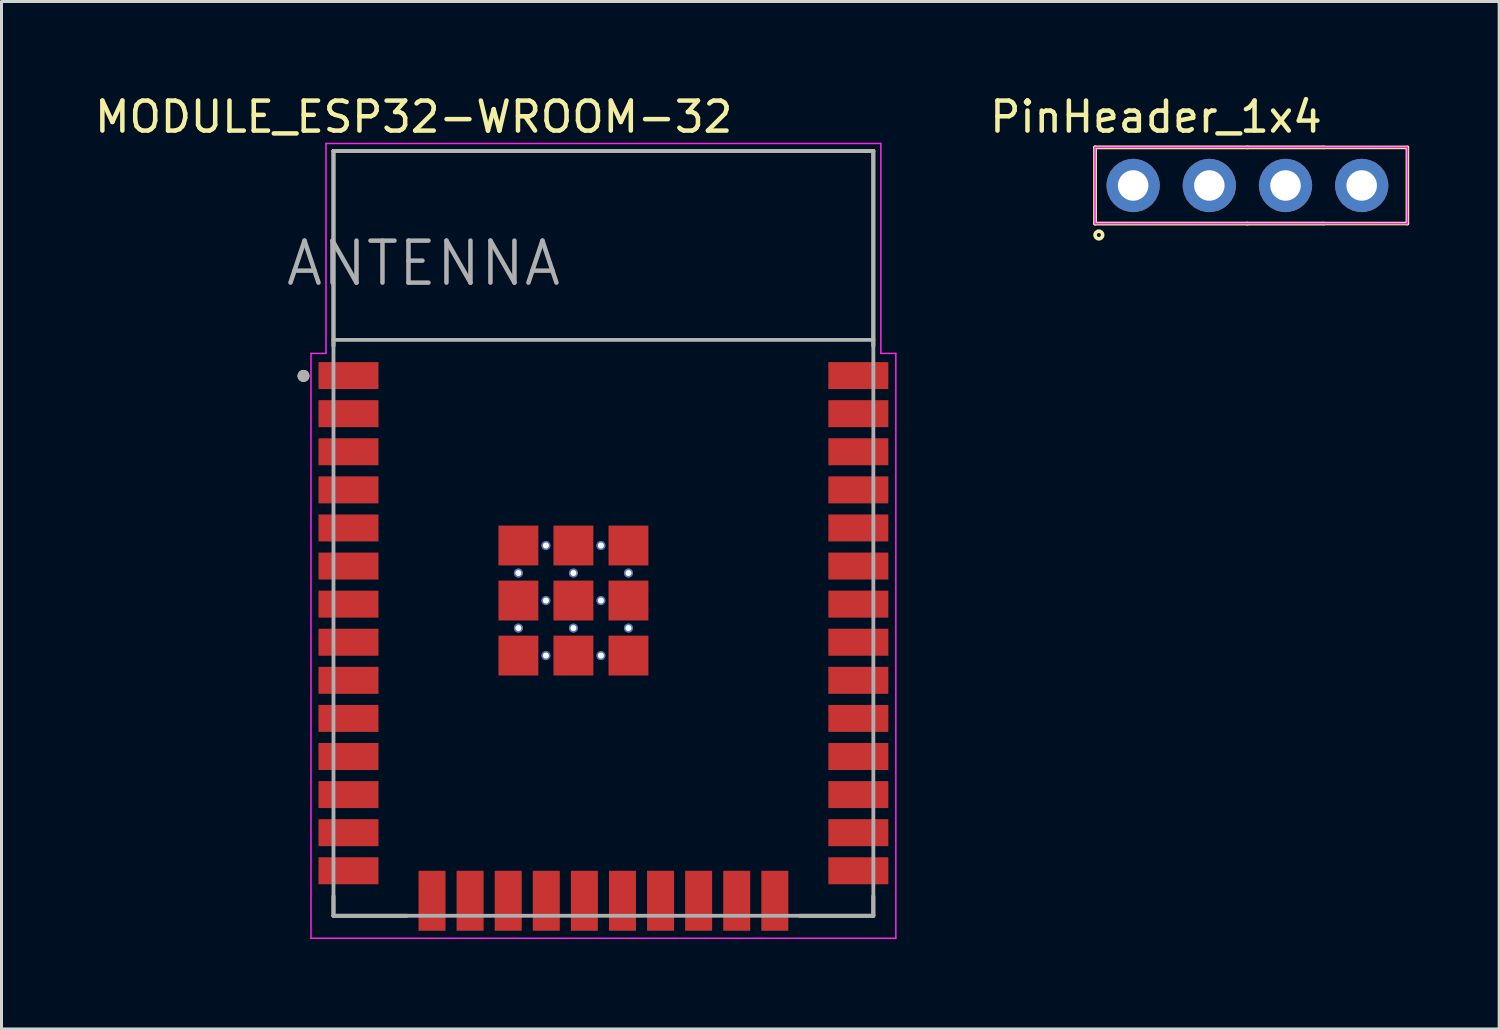
<source format=kicad_pcb>
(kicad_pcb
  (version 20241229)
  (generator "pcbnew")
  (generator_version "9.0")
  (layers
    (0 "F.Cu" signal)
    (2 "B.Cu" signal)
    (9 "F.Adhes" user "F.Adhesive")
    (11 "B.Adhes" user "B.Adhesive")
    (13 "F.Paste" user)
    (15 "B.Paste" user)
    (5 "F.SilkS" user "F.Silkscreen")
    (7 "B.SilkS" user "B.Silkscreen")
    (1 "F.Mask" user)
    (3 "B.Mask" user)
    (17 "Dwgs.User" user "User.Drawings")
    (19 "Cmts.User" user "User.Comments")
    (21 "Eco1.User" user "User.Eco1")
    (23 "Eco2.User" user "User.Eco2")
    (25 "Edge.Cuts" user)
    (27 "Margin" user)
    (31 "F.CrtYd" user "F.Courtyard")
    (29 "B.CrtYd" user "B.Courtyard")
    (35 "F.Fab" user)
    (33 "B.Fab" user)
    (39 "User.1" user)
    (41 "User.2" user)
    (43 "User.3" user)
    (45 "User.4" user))
  (footprint "PinHeader_1x4"
    (layer "F.Cu")
    (at 36.001 3.134)
    (property "Reference" "PinHeader_1x4" (at -0.508 -2.286 0) (layer "F.SilkS") (effects (font (size 1 1) (thickness 0.15))))
    (attr through_hole)
    (fp_line (start -2.54 -1.27) (end -2.54 1.27) (stroke (width 0.127) (type solid)) (layer "F.SilkS"))
    (fp_line (start -2.54 -1.27) (end 2.54 -1.27) (stroke (width 0.127) (type solid)) (layer "F.SilkS"))
    (fp_line (start -2.54 1.27) (end 2.54 1.27) (stroke (width 0.127) (type solid)) (layer "F.SilkS"))
    (fp_line (start 2.54 -1.27) (end 5.08 -1.27) (stroke (width 0.127) (type solid)) (layer "F.SilkS"))
    (fp_line (start 2.54 1.27) (end 5.08 1.27) (stroke (width 0.127) (type solid)) (layer "F.SilkS"))
    (fp_line (start 5.08 1.27) (end 7.874 1.27) (stroke (width 0.12) (type solid)) (layer "F.SilkS"))
    (fp_line (start 7.874 -1.27) (end 5.08 -1.27) (stroke (width 0.12) (type solid)) (layer "F.SilkS"))
    (fp_line (start 7.874 1.27) (end 7.874 -1.27) (stroke (width 0.12) (type solid)) (layer "F.SilkS"))
    (fp_circle (center -2.413 1.651) (end -2.286 1.651) (stroke (width 0.12) (type solid)) (fill no) (layer "F.SilkS"))
    (fp_line (start -2.54 -1.27) (end 2.54 -1.27) (stroke (width 0.05) (type solid)) (layer "F.CrtYd"))
    (fp_line (start -2.54 1.27) (end -2.54 -1.27) (stroke (width 0.05) (type solid)) (layer "F.CrtYd"))
    (fp_line (start 2.54 -1.27) (end 5.08 -1.27) (stroke (width 0.05) (type solid)) (layer "F.CrtYd"))
    (fp_line (start 2.54 1.27) (end -2.54 1.27) (stroke (width 0.05) (type solid)) (layer "F.CrtYd"))
    (fp_line (start 2.54 1.27) (end 5.08 1.27) (stroke (width 0.05) (type solid)) (layer "F.CrtYd"))
    (fp_line (start 5.08 -1.27) (end 7.874 -1.27) (stroke (width 0.05) (type solid)) (layer "F.CrtYd"))
    (fp_line (start 7.874 -1.27) (end 7.874 1.27) (stroke (width 0.05) (type solid)) (layer "F.CrtYd"))
    (fp_line (start 7.874 1.27) (end 5.08 1.27) (stroke (width 0.05) (type solid)) (layer "F.CrtYd"))
    (pad "1" thru_hole roundrect (at -1.27 0) (size 1.778 1.778) (drill 1.016) (layers "*.Cu" "*.Mask") (roundrect_rratio 0.5))
    (pad "2" thru_hole roundrect (at 1.27 0) (size 1.778 1.778) (drill 1.016) (layers "*.Cu" "*.Mask") (roundrect_rratio 0.5))
    (pad "3" thru_hole roundrect (at 3.81 0) (size 1.778 1.778) (drill 1.016) (layers "*.Cu" "*.Mask") (roundrect_rratio 0.5))
    (pad "4" thru_hole roundrect (at 6.35 0) (size 1.778 1.778) (drill 1.016) (layers "*.Cu" "*.Mask") (roundrect_rratio 0.5)))
  (footprint "MODULE_ESP32-WROOM-32"
    (layer "F.Cu")
    (at 17.069 14.733)
    (property "Reference" "MODULE_ESP32-WROOM-32" (at -6.325 -13.885 0) (layer "F.SilkS") (effects (font (size 1 1) (thickness 0.15))))
    (attr smd)
    (fp_line (start -9 -12.75) (end 9 -12.75) (stroke (width 0.127) (type solid)) (layer "F.SilkS"))
    (fp_line (start -9 -6.25) (end -9 -12.75) (stroke (width 0.127) (type solid)) (layer "F.SilkS"))
    (fp_line (start -9 12.1) (end -9 12.75) (stroke (width 0.127) (type solid)) (layer "F.SilkS"))
    (fp_line (start -9 12.75) (end -6.55 12.75) (stroke (width 0.127) (type solid)) (layer "F.SilkS"))
    (fp_line (start 6.55 12.75) (end 9 12.75) (stroke (width 0.127) (type solid)) (layer "F.SilkS"))
    (fp_line (start 9 -12.75) (end 9 -6.25) (stroke (width 0.127) (type solid)) (layer "F.SilkS"))
    (fp_line (start 9 12.75) (end 9 12.1) (stroke (width 0.127) (type solid)) (layer "F.SilkS"))
    (fp_circle (center -10 -5.25) (end -9.9 -5.25) (stroke (width 0.2) (type solid)) (fill no) (layer "F.SilkS"))
    (fp_poly (pts (xy -9 -12.75) (xy 9 -12.75) (xy 9 -6.45) (xy -9 -6.45)) (stroke (width 0.01) (type solid)) (fill no) (layer "Dwgs.User"))
    (fp_poly (pts (xy -9 -12.75) (xy 9 -12.75) (xy 9 -6.45) (xy -9 -6.45)) (stroke (width 0.01) (type solid)) (fill no) (layer "Dwgs.User"))
    (fp_line (start -9.75 -6) (end -9.25 -6) (stroke (width 0.05) (type solid)) (layer "F.CrtYd"))
    (fp_line (start -9.75 13.5) (end -9.75 -6) (stroke (width 0.05) (type solid)) (layer "F.CrtYd"))
    (fp_line (start -9.25 -13) (end 9.25 -13) (stroke (width 0.05) (type solid)) (layer "F.CrtYd"))
    (fp_line (start -9.25 -6) (end -9.25 -13) (stroke (width 0.05) (type solid)) (layer "F.CrtYd"))
    (fp_line (start 9.25 -13) (end 9.25 -6) (stroke (width 0.05) (type solid)) (layer "F.CrtYd"))
    (fp_line (start 9.25 -6) (end 9.75 -6) (stroke (width 0.05) (type solid)) (layer "F.CrtYd"))
    (fp_line (start 9.75 -6) (end 9.75 13.5) (stroke (width 0.05) (type solid)) (layer "F.CrtYd"))
    (fp_line (start 9.75 13.5) (end -9.75 13.5) (stroke (width 0.05) (type solid)) (layer "F.CrtYd"))
    (fp_line (start -9 -12.75) (end -9 -6.45) (stroke (width 0.127) (type solid)) (layer "F.Fab"))
    (fp_line (start -9 -12.75) (end 9 -12.75) (stroke (width 0.127) (type solid)) (layer "F.Fab"))
    (fp_line (start -9 -6.45) (end 9 -6.45) (stroke (width 0.127) (type solid)) (layer "F.Fab"))
    (fp_line (start -9 12.75) (end -9 -6.45) (stroke (width 0.127) (type solid)) (layer "F.Fab"))
    (fp_line (start 9 -12.75) (end 9 -6.45) (stroke (width 0.127) (type solid)) (layer "F.Fab"))
    (fp_line (start 9 -6.45) (end 9 12.75) (stroke (width 0.127) (type solid)) (layer "F.Fab"))
    (fp_line (start 9 12.75) (end -9 12.75) (stroke (width 0.127) (type solid)) (layer "F.Fab"))
    (fp_circle (center -10 -5.25) (end -9.9 -5.25) (stroke (width 0.2) (type solid)) (fill no) (layer "F.Fab"))
    (fp_text user "ANTENNA" (at -6 -9 0) (layer "F.Fab") (effects (font (size 1.4 1.4) (thickness 0.15))))
    (pad "1" smd rect (at -8.5 -5.26) (size 2 0.9) (layers "F.Cu" "F.Mask" "F.Paste"))
    (pad "2" smd rect (at -8.5 -3.99) (size 2 0.9) (layers "F.Cu" "F.Mask" "F.Paste"))
    (pad "3" smd rect (at -8.5 -2.72) (size 2 0.9) (layers "F.Cu" "F.Mask" "F.Paste"))
    (pad "4" smd rect (at -8.5 -1.45) (size 2 0.9) (layers "F.Cu" "F.Mask" "F.Paste"))
    (pad "5" smd rect (at -8.5 -0.18) (size 2 0.9) (layers "F.Cu" "F.Mask" "F.Paste"))
    (pad "6" smd rect (at -8.5 1.09) (size 2 0.9) (layers "F.Cu" "F.Mask" "F.Paste"))
    (pad "7" smd rect (at -8.5 2.36) (size 2 0.9) (layers "F.Cu" "F.Mask" "F.Paste"))
    (pad "8" smd rect (at -8.5 3.63) (size 2 0.9) (layers "F.Cu" "F.Mask" "F.Paste"))
    (pad "9" smd rect (at -8.5 4.9) (size 2 0.9) (layers "F.Cu" "F.Mask" "F.Paste"))
    (pad "10" smd rect (at -8.5 6.17) (size 2 0.9) (layers "F.Cu" "F.Mask" "F.Paste"))
    (pad "11" smd rect (at -8.5 7.44) (size 2 0.9) (layers "F.Cu" "F.Mask" "F.Paste"))
    (pad "12" smd rect (at -8.5 8.71) (size 2 0.9) (layers "F.Cu" "F.Mask" "F.Paste"))
    (pad "13" smd rect (at -8.5 9.98) (size 2 0.9) (layers "F.Cu" "F.Mask" "F.Paste"))
    (pad "14" smd rect (at -8.5 11.25) (size 2 0.9) (layers "F.Cu" "F.Mask" "F.Paste"))
    (pad "15" smd rect (at -5.715 12.25) (size 0.9 2) (layers "F.Cu" "F.Mask" "F.Paste"))
    (pad "16" smd rect (at -4.445 12.25) (size 0.9 2) (layers "F.Cu" "F.Mask" "F.Paste"))
    (pad "17" smd rect (at -3.175 12.25) (size 0.9 2) (layers "F.Cu" "F.Mask" "F.Paste"))
    (pad "18" smd rect (at -1.905 12.25) (size 0.9 2) (layers "F.Cu" "F.Mask" "F.Paste"))
    (pad "19" smd rect (at -0.635 12.25) (size 0.9 2) (layers "F.Cu" "F.Mask" "F.Paste"))
    (pad "20" smd rect (at 0.635 12.25) (size 0.9 2) (layers "F.Cu" "F.Mask" "F.Paste"))
    (pad "21" smd rect (at 1.905 12.25) (size 0.9 2) (layers "F.Cu" "F.Mask" "F.Paste"))
    (pad "22" smd rect (at 3.175 12.25) (size 0.9 2) (layers "F.Cu" "F.Mask" "F.Paste"))
    (pad "23" smd rect (at 4.445 12.25) (size 0.9 2) (layers "F.Cu" "F.Mask" "F.Paste"))
    (pad "24" smd rect (at 5.715 12.25) (size 0.9 2) (layers "F.Cu" "F.Mask" "F.Paste"))
    (pad "25" smd rect (at 8.5 11.25) (size 2 0.9) (layers "F.Cu" "F.Mask" "F.Paste"))
    (pad "26" smd rect (at 8.5 9.98) (size 2 0.9) (layers "F.Cu" "F.Mask" "F.Paste"))
    (pad "27" smd rect (at 8.5 8.71) (size 2 0.9) (layers "F.Cu" "F.Mask" "F.Paste"))
    (pad "28" smd rect (at 8.5 7.44) (size 2 0.9) (layers "F.Cu" "F.Mask" "F.Paste"))
    (pad "29" smd rect (at 8.5 6.17) (size 2 0.9) (layers "F.Cu" "F.Mask" "F.Paste"))
    (pad "30" smd rect (at 8.5 4.9) (size 2 0.9) (layers "F.Cu" "F.Mask" "F.Paste"))
    (pad "31" smd rect (at 8.5 3.63) (size 2 0.9) (layers "F.Cu" "F.Mask" "F.Paste"))
    (pad "32" smd rect (at 8.5 2.36) (size 2 0.9) (layers "F.Cu" "F.Mask" "F.Paste"))
    (pad "33" smd rect (at 8.5 1.09) (size 2 0.9) (layers "F.Cu" "F.Mask" "F.Paste"))
    (pad "34" smd rect (at 8.5 -0.18) (size 2 0.9) (layers "F.Cu" "F.Mask" "F.Paste"))
    (pad "35" smd rect (at 8.5 -1.45) (size 2 0.9) (layers "F.Cu" "F.Mask" "F.Paste"))
    (pad "36" smd rect (at 8.5 -2.72) (size 2 0.9) (layers "F.Cu" "F.Mask" "F.Paste"))
    (pad "37" smd rect (at 8.5 -3.99) (size 2 0.9) (layers "F.Cu" "F.Mask" "F.Paste"))
    (pad "38" smd rect (at 8.5 -5.26) (size 2 0.9) (layers "F.Cu" "F.Mask" "F.Paste"))
    (pad "39_1" smd rect (at -2.835 0.405) (size 1.33 1.33) (layers "F.Cu" "F.Mask" "F.Paste"))
    (pad "39_2" smd rect (at -1 0.405) (size 1.33 1.33) (layers "F.Cu" "F.Mask" "F.Paste"))
    (pad "39_3" smd rect (at 0.835 0.405) (size 1.33 1.33) (layers "F.Cu" "F.Mask" "F.Paste"))
    (pad "39_4" smd rect (at -2.835 2.24) (size 1.33 1.33) (layers "F.Cu" "F.Mask" "F.Paste"))
    (pad "39_5" smd rect (at -1 2.24) (size 1.33 1.33) (layers "F.Cu" "F.Mask" "F.Paste"))
    (pad "39_6" smd rect (at 0.835 2.24) (size 1.33 1.33) (layers "F.Cu" "F.Mask" "F.Paste"))
    (pad "39_7" smd rect (at -2.835 4.075) (size 1.33 1.33) (layers "F.Cu" "F.Mask" "F.Paste"))
    (pad "39_8" smd rect (at -1 4.075) (size 1.33 1.33) (layers "F.Cu" "F.Mask" "F.Paste"))
    (pad "39_9" smd rect (at 0.835 4.075) (size 1.33 1.33) (layers "F.Cu" "F.Mask" "F.Paste"))
    (pad "39_10" thru_hole circle (at -1.917 0.405) (size 0.3 0.3) (drill 0.2) (layers "*.Cu" "*.Mask"))
    (pad "39_11" thru_hole circle (at -0.083 0.405) (size 0.3 0.3) (drill 0.2) (layers "*.Cu" "*.Mask"))
    (pad "39_12" thru_hole circle (at -2.835 1.323) (size 0.3 0.3) (drill 0.2) (layers "*.Cu" "*.Mask"))
    (pad "39_13" thru_hole circle (at -1 1.323) (size 0.3 0.3) (drill 0.2) (layers "*.Cu" "*.Mask"))
    (pad "39_14" thru_hole circle (at 0.835 1.323) (size 0.3 0.3) (drill 0.2) (layers "*.Cu" "*.Mask"))
    (pad "39_15" thru_hole circle (at -1.917 2.24) (size 0.3 0.3) (drill 0.2) (layers "*.Cu" "*.Mask"))
    (pad "39_16" thru_hole circle (at -0.083 2.24) (size 0.3 0.3) (drill 0.2) (layers "*.Cu" "*.Mask"))
    (pad "39_17" thru_hole circle (at -2.835 3.158) (size 0.3 0.3) (drill 0.2) (layers "*.Cu" "*.Mask"))
    (pad "39_18" thru_hole circle (at -1 3.158) (size 0.3 0.3) (drill 0.2) (layers "*.Cu" "*.Mask"))
    (pad "39_19" thru_hole circle (at 0.835 3.158) (size 0.3 0.3) (drill 0.2) (layers "*.Cu" "*.Mask"))
    (pad "39_20" thru_hole circle (at -1.917 4.075) (size 0.3 0.3) (drill 0.2) (layers "*.Cu" "*.Mask"))
    (pad "39_21" thru_hole circle (at -0.083 4.075) (size 0.3 0.3) (drill 0.2) (layers "*.Cu" "*.Mask")))
  (gr_rect
    (start -3 -3)
    (end 46.935 31.258)
    (stroke (width 0.1) (type default))
    (fill no)
    (layer "Edge.Cuts")))
</source>
